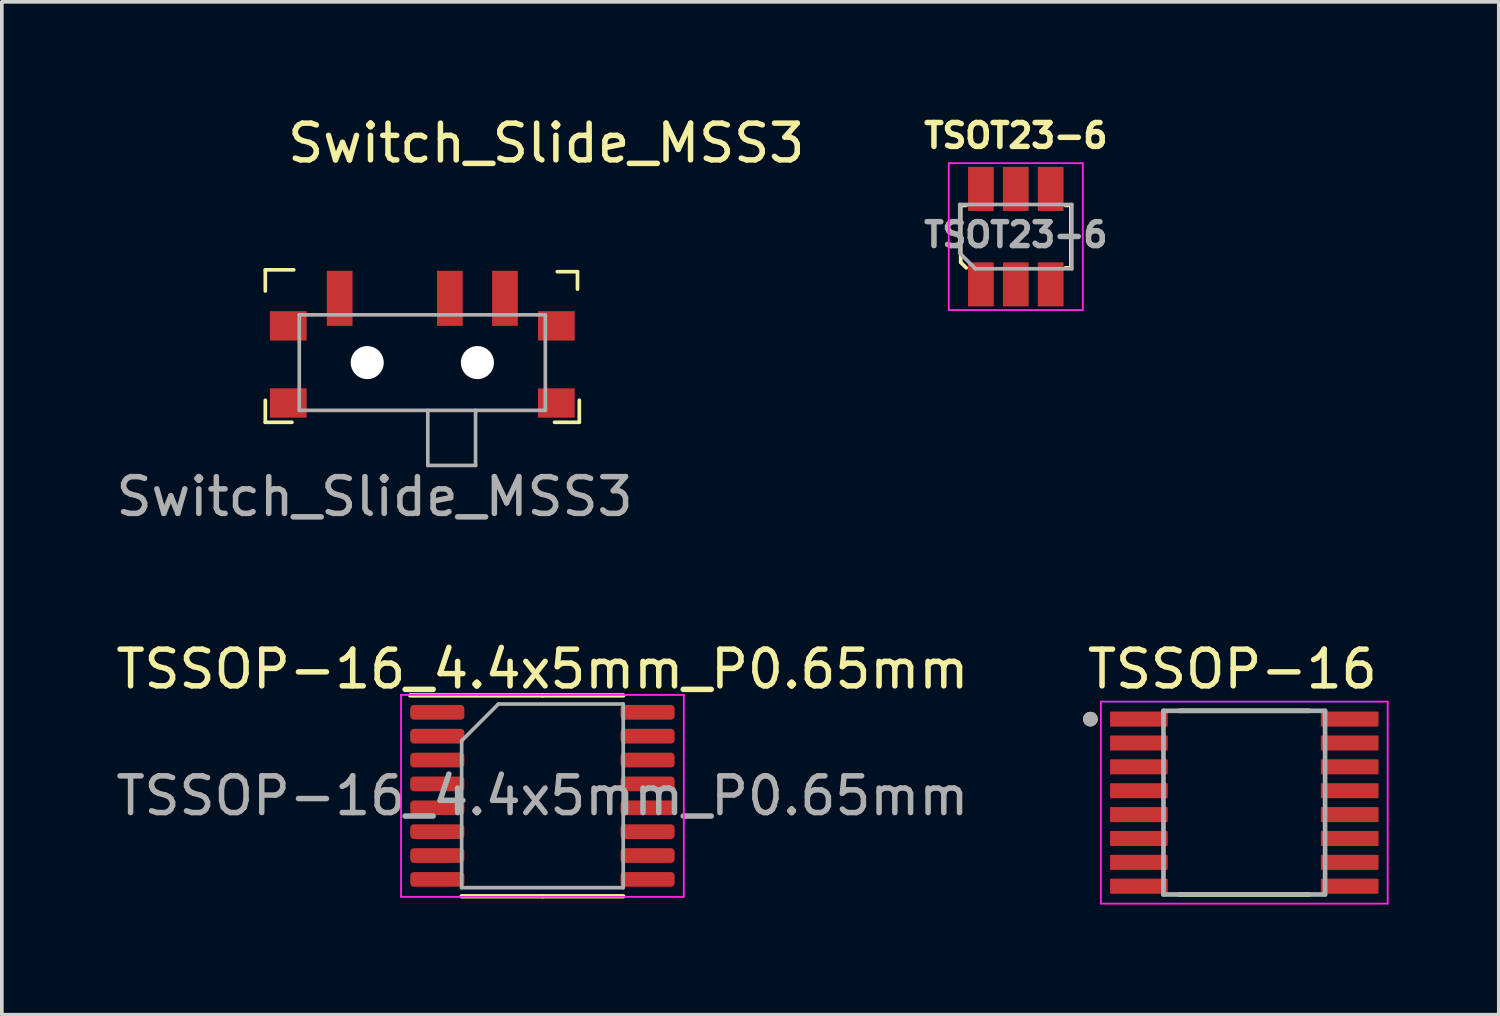
<source format=kicad_pcb>
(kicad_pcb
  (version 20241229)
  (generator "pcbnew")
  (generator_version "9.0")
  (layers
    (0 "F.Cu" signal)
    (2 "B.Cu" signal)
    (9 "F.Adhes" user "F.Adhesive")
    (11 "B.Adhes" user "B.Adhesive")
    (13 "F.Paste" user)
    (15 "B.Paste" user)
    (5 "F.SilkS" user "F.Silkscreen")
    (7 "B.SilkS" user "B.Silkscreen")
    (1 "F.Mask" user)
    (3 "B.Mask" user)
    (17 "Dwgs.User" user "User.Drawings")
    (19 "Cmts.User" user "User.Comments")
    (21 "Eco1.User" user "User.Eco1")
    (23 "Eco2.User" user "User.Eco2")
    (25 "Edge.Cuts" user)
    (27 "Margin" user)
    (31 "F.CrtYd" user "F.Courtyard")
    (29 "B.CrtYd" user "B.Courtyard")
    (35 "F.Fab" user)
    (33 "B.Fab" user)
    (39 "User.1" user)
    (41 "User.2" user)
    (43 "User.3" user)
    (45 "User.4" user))
  (footprint "TSSOP-16"
    (layer "F.Cu")
    (at 30.83 18.805)
    (property "Reference" "TSSOP-16" (at -0.325 -3.635 0) (layer "F.SilkS") (effects (font (size 1 1) (thickness 0.15))))
    (attr through_hole)
    (fp_line (start -1.765 -2.5) (end 1.765 -2.5) (stroke (width 0.127) (type solid)) (layer "F.SilkS"))
    (fp_line (start 1.765 2.5) (end -1.765 2.5) (stroke (width 0.127) (type solid)) (layer "F.SilkS"))
    (fp_circle (center -4.19 -2.275) (end -4.09 -2.275) (stroke (width 0.2) (type solid)) (fill no) (layer "F.SilkS"))
    (fp_line (start -3.905 -2.75) (end -3.905 2.75) (stroke (width 0.05) (type solid)) (layer "F.CrtYd"))
    (fp_line (start -3.905 -2.75) (end 3.905 -2.75) (stroke (width 0.05) (type solid)) (layer "F.CrtYd"))
    (fp_line (start -3.905 2.75) (end 3.905 2.75) (stroke (width 0.05) (type solid)) (layer "F.CrtYd"))
    (fp_line (start 3.905 -2.75) (end 3.905 2.75) (stroke (width 0.05) (type solid)) (layer "F.CrtYd"))
    (fp_line (start -2.2 -2.5) (end -2.2 2.5) (stroke (width 0.127) (type solid)) (layer "F.Fab"))
    (fp_line (start -2.2 -2.5) (end 2.2 -2.5) (stroke (width 0.127) (type solid)) (layer "F.Fab"))
    (fp_line (start -2.2 2.5) (end 2.2 2.5) (stroke (width 0.127) (type solid)) (layer "F.Fab"))
    (fp_line (start 2.2 -2.5) (end 2.2 2.5) (stroke (width 0.127) (type solid)) (layer "F.Fab"))
    (fp_circle (center -4.19 -2.275) (end -4.09 -2.275) (stroke (width 0.2) (type solid)) (fill no) (layer "F.Fab"))
    (pad "1" smd roundrect (at -2.87 -2.275) (size 1.57 0.41) (layers "F.Cu" "F.Mask" "F.Paste") (roundrect_rratio 0.05))
    (pad "2" smd roundrect (at -2.87 -1.625) (size 1.57 0.41) (layers "F.Cu" "F.Mask" "F.Paste") (roundrect_rratio 0.05))
    (pad "3" smd roundrect (at -2.87 -0.975) (size 1.57 0.41) (layers "F.Cu" "F.Mask" "F.Paste") (roundrect_rratio 0.05))
    (pad "4" smd roundrect (at -2.87 -0.325) (size 1.57 0.41) (layers "F.Cu" "F.Mask" "F.Paste") (roundrect_rratio 0.05))
    (pad "5" smd roundrect (at -2.87 0.325) (size 1.57 0.41) (layers "F.Cu" "F.Mask" "F.Paste") (roundrect_rratio 0.05))
    (pad "6" smd roundrect (at -2.87 0.975) (size 1.57 0.41) (layers "F.Cu" "F.Mask" "F.Paste") (roundrect_rratio 0.05))
    (pad "7" smd roundrect (at -2.87 1.625) (size 1.57 0.41) (layers "F.Cu" "F.Mask" "F.Paste") (roundrect_rratio 0.05))
    (pad "8" smd roundrect (at -2.87 2.275) (size 1.57 0.41) (layers "F.Cu" "F.Mask" "F.Paste") (roundrect_rratio 0.05))
    (pad "9" smd roundrect (at 2.87 2.275) (size 1.57 0.41) (layers "F.Cu" "F.Mask" "F.Paste") (roundrect_rratio 0.05))
    (pad "10" smd roundrect (at 2.87 1.625) (size 1.57 0.41) (layers "F.Cu" "F.Mask" "F.Paste") (roundrect_rratio 0.05))
    (pad "11" smd roundrect (at 2.87 0.975) (size 1.57 0.41) (layers "F.Cu" "F.Mask" "F.Paste") (roundrect_rratio 0.05))
    (pad "12" smd roundrect (at 2.87 0.325) (size 1.57 0.41) (layers "F.Cu" "F.Mask" "F.Paste") (roundrect_rratio 0.05))
    (pad "13" smd roundrect (at 2.87 -0.325) (size 1.57 0.41) (layers "F.Cu" "F.Mask" "F.Paste") (roundrect_rratio 0.05))
    (pad "14" smd roundrect (at 2.87 -0.975) (size 1.57 0.41) (layers "F.Cu" "F.Mask" "F.Paste") (roundrect_rratio 0.05))
    (pad "15" smd roundrect (at 2.87 -1.625) (size 1.57 0.41) (layers "F.Cu" "F.Mask" "F.Paste") (roundrect_rratio 0.05))
    (pad "16" smd roundrect (at 2.87 -2.275) (size 1.57 0.41) (layers "F.Cu" "F.Mask" "F.Paste") (roundrect_rratio 0.05)))
  (footprint "TSSOP-16_4.4x5mm_P0.65mm"
    (layer "F.Cu")
    (at 11.72 18.62)
    (property "Reference" "TSSOP-16_4.4x5mm_P0.65mm" (at 0 -3.45 0) (layer "F.SilkS") (effects (font (size 1 1) (thickness 0.15))))
    (attr smd)
    (fp_line (start 0 -2.735) (end -3.6 -2.735) (stroke (width 0.12) (type solid)) (layer "F.SilkS"))
    (fp_line (start 0 -2.735) (end 2.2 -2.735) (stroke (width 0.12) (type solid)) (layer "F.SilkS"))
    (fp_line (start 0 2.735) (end -2.2 2.735) (stroke (width 0.12) (type solid)) (layer "F.SilkS"))
    (fp_line (start 0 2.735) (end 2.2 2.735) (stroke (width 0.12) (type solid)) (layer "F.SilkS"))
    (fp_line (start -3.85 -2.75) (end -3.85 2.75) (stroke (width 0.05) (type solid)) (layer "F.CrtYd"))
    (fp_line (start -3.85 2.75) (end 3.85 2.75) (stroke (width 0.05) (type solid)) (layer "F.CrtYd"))
    (fp_line (start 3.85 -2.75) (end -3.85 -2.75) (stroke (width 0.05) (type solid)) (layer "F.CrtYd"))
    (fp_line (start 3.85 2.75) (end 3.85 -2.75) (stroke (width 0.05) (type solid)) (layer "F.CrtYd"))
    (fp_line (start -2.2 -1.5) (end -1.2 -2.5) (stroke (width 0.1) (type solid)) (layer "F.Fab"))
    (fp_line (start -2.2 2.5) (end -2.2 -1.5) (stroke (width 0.1) (type solid)) (layer "F.Fab"))
    (fp_line (start -1.2 -2.5) (end 2.2 -2.5) (stroke (width 0.1) (type solid)) (layer "F.Fab"))
    (fp_line (start 2.2 -2.5) (end 2.2 2.5) (stroke (width 0.1) (type solid)) (layer "F.Fab"))
    (fp_line (start 2.2 2.5) (end -2.2 2.5) (stroke (width 0.1) (type solid)) (layer "F.Fab"))
    (fp_text user "${REFERENCE}" (at 0 0 0) (layer "F.Fab") (effects (font (size 1 1) (thickness 0.15))))
    (pad "1" smd roundrect (at -2.862 -2.275) (size 1.475 0.4) (layers "F.Cu" "F.Mask" "F.Paste") (roundrect_rratio 0.25))
    (pad "2" smd roundrect (at -2.862 -1.625) (size 1.475 0.4) (layers "F.Cu" "F.Mask" "F.Paste") (roundrect_rratio 0.25))
    (pad "3" smd roundrect (at -2.862 -0.975) (size 1.475 0.4) (layers "F.Cu" "F.Mask" "F.Paste") (roundrect_rratio 0.25))
    (pad "4" smd roundrect (at -2.862 -0.325) (size 1.475 0.4) (layers "F.Cu" "F.Mask" "F.Paste") (roundrect_rratio 0.25))
    (pad "5" smd roundrect (at -2.862 0.325) (size 1.475 0.4) (layers "F.Cu" "F.Mask" "F.Paste") (roundrect_rratio 0.25))
    (pad "6" smd roundrect (at -2.862 0.975) (size 1.475 0.4) (layers "F.Cu" "F.Mask" "F.Paste") (roundrect_rratio 0.25))
    (pad "7" smd roundrect (at -2.862 1.625) (size 1.475 0.4) (layers "F.Cu" "F.Mask" "F.Paste") (roundrect_rratio 0.25))
    (pad "8" smd roundrect (at -2.862 2.275) (size 1.475 0.4) (layers "F.Cu" "F.Mask" "F.Paste") (roundrect_rratio 0.25))
    (pad "9" smd roundrect (at 2.862 2.275) (size 1.475 0.4) (layers "F.Cu" "F.Mask" "F.Paste") (roundrect_rratio 0.25))
    (pad "10" smd roundrect (at 2.862 1.625) (size 1.475 0.4) (layers "F.Cu" "F.Mask" "F.Paste") (roundrect_rratio 0.25))
    (pad "11" smd roundrect (at 2.862 0.975) (size 1.475 0.4) (layers "F.Cu" "F.Mask" "F.Paste") (roundrect_rratio 0.25))
    (pad "12" smd roundrect (at 2.862 0.325) (size 1.475 0.4) (layers "F.Cu" "F.Mask" "F.Paste") (roundrect_rratio 0.25))
    (pad "13" smd roundrect (at 2.862 -0.325) (size 1.475 0.4) (layers "F.Cu" "F.Mask" "F.Paste") (roundrect_rratio 0.25))
    (pad "14" smd roundrect (at 2.862 -0.975) (size 1.475 0.4) (layers "F.Cu" "F.Mask" "F.Paste") (roundrect_rratio 0.25))
    (pad "15" smd roundrect (at 2.862 -1.625) (size 1.475 0.4) (layers "F.Cu" "F.Mask" "F.Paste") (roundrect_rratio 0.25))
    (pad "16" smd roundrect (at 2.862 -2.275) (size 1.475 0.4) (layers "F.Cu" "F.Mask" "F.Paste") (roundrect_rratio 0.25)))
  (footprint "Switch_Slide_MSS3"
    (layer "F.Cu")
    (at 8.449 6.823)
    (property "Reference" "Switch_Slide_MSS3" (at 3.375 -5.975 0) (layer "F.SilkS") (effects (font (size 1 1) (thickness 0.15))))
    (attr smd)
    (fp_line (start -4.275 -2.525) (end -4.275 -1.95) (stroke (width 0.1) (type solid)) (layer "F.SilkS"))
    (fp_line (start -4.275 1.025) (end -4.275 1.625) (stroke (width 0.1) (type solid)) (layer "F.SilkS"))
    (fp_line (start -4.275 1.625) (end -3.55 1.625) (stroke (width 0.1) (type solid)) (layer "F.SilkS"))
    (fp_line (start -3.5 -2.525) (end -4.275 -2.525) (stroke (width 0.1) (type solid)) (layer "F.SilkS"))
    (fp_line (start 3.675 -2.475) (end 4.225 -2.475) (stroke (width 0.1) (type solid)) (layer "F.SilkS"))
    (fp_line (start 4.225 -2.475) (end 4.225 -2) (stroke (width 0.1) (type solid)) (layer "F.SilkS"))
    (fp_line (start 4.275 1.025) (end 4.275 1.625) (stroke (width 0.1) (type solid)) (layer "F.SilkS"))
    (fp_line (start 4.275 1.625) (end 3.6 1.625) (stroke (width 0.1) (type solid)) (layer "F.SilkS"))
    (fp_line (start -3.35 -1.3) (end -3.35 1.3) (stroke (width 0.1) (type solid)) (layer "F.Fab"))
    (fp_line (start -3.35 -1.3) (end 3.35 -1.3) (stroke (width 0.1) (type solid)) (layer "F.Fab"))
    (fp_line (start -3.35 1.3) (end 3.35 1.3) (stroke (width 0.1) (type solid)) (layer "F.Fab"))
    (fp_line (start 0.15 1.3) (end 0.15 2.8) (stroke (width 0.1) (type solid)) (layer "F.Fab"))
    (fp_line (start 0.15 2.8) (end 1.45 2.8) (stroke (width 0.1) (type solid)) (layer "F.Fab"))
    (fp_line (start 1.45 1.3) (end 1.45 2.8) (stroke (width 0.1) (type solid)) (layer "F.Fab"))
    (fp_line (start 3.35 -1.3) (end 3.35 1.3) (stroke (width 0.1) (type solid)) (layer "F.Fab"))
    (fp_text user "${REFERENCE}" (at -1.3 3.65 0) (layer "F.Fab") (effects (font (size 1 1) (thickness 0.15))))
    (pad "" np_thru_hole circle (at -1.5 0) (size 0.9 0.9) (drill 0.9) (layers "*.Cu" "*.Mask"))
    (pad "" np_thru_hole circle (at 1.5 0) (size 0.9 0.9) (drill 0.9) (layers "*.Cu" "*.Mask"))
    (pad "0" smd rect (at -3.65 -1) (size 1 0.8) (layers "F.Cu" "F.Mask" "F.Paste"))
    (pad "0" smd rect (at -3.65 1.1) (size 1 0.8) (layers "F.Cu" "F.Mask" "F.Paste"))
    (pad "0" smd rect (at 3.65 -1) (size 1 0.8) (layers "F.Cu" "F.Mask" "F.Paste"))
    (pad "0" smd rect (at 3.65 1.1) (size 1 0.8) (layers "F.Cu" "F.Mask" "F.Paste"))
    (pad "1" smd rect (at -2.25 -1.75) (size 0.7 1.5) (layers "F.Cu" "F.Mask" "F.Paste"))
    (pad "2" smd rect (at 0.75 -1.75) (size 0.7 1.5) (layers "F.Cu" "F.Mask" "F.Paste"))
    (pad "3" smd rect (at 2.25 -1.75) (size 0.7 1.5) (layers "F.Cu" "F.Mask" "F.Paste")))
  (footprint "TSOT23-6"
    (layer "F.Cu")
    (at 24.609 3.393)
    (property "Reference" "TSOT23-6" (at 0 -2.75 0) (layer "F.SilkS") (effects (font (size 0.65 0.65) (thickness 0.15))))
    (attr smd)
    (fp_line (start -1.5 -0.85) (end -1.5 0.7) (stroke (width 0.1) (type solid)) (layer "F.SilkS"))
    (fp_line (start -1.5 -0.85) (end -1.35 -0.85) (stroke (width 0.1) (type solid)) (layer "F.SilkS"))
    (fp_line (start -1.5 0.7) (end -1.35 0.85) (stroke (width 0.1) (type solid)) (layer "F.SilkS"))
    (fp_line (start 1.5 -0.85) (end 1.35 -0.85) (stroke (width 0.1) (type solid)) (layer "F.SilkS"))
    (fp_line (start 1.5 -0.85) (end 1.5 0.85) (stroke (width 0.1) (type solid)) (layer "F.SilkS"))
    (fp_line (start 1.5 0.85) (end 1.35 0.85) (stroke (width 0.1) (type solid)) (layer "F.SilkS"))
    (fp_line (start -1.825 -2) (end -1.825 2) (stroke (width 0.05) (type solid)) (layer "F.CrtYd"))
    (fp_line (start -1.825 2) (end 1.825 2) (stroke (width 0.05) (type solid)) (layer "F.CrtYd"))
    (fp_line (start 1.825 -2) (end -1.825 -2) (stroke (width 0.05) (type solid)) (layer "F.CrtYd"))
    (fp_line (start 1.825 -2) (end 1.825 2) (stroke (width 0.05) (type solid)) (layer "F.CrtYd"))
    (fp_line (start -1.525 -0.875) (end 1.525 -0.875) (stroke (width 0.1) (type solid)) (layer "F.Fab"))
    (fp_line (start -1.525 0.45) (end -1.525 -0.875) (stroke (width 0.1) (type solid)) (layer "F.Fab"))
    (fp_line (start -1.525 0.45) (end -1.1 0.875) (stroke (width 0.1) (type solid)) (layer "F.Fab"))
    (fp_line (start -1.1 0.875) (end 1.525 0.875) (stroke (width 0.1) (type solid)) (layer "F.Fab"))
    (fp_line (start 1.525 -0.875) (end 1.525 0.875) (stroke (width 0.1) (type solid)) (layer "F.Fab"))
    (fp_text user "${REFERENCE}" (at 0 -0.05 0) (layer "F.Fab") (effects (font (size 0.65 0.65) (thickness 0.15))))
    (pad "1" smd rect (at -0.95 1.3) (size 0.7 1.2) (layers "F.Cu" "F.Mask" "F.Paste"))
    (pad "2" smd rect (at 0 1.3) (size 0.7 1.2) (layers "F.Cu" "F.Mask" "F.Paste"))
    (pad "3" smd rect (at 0.95 1.3) (size 0.7 1.2) (layers "F.Cu" "F.Mask" "F.Paste"))
    (pad "4" smd rect (at 0.95 -1.3) (size 0.7 1.2) (layers "F.Cu" "F.Mask" "F.Paste"))
    (pad "5" smd rect (at 0 -1.3) (size 0.7 1.2) (layers "F.Cu" "F.Mask" "F.Paste"))
    (pad "6" smd rect (at -0.95 -1.3) (size 0.7 1.2) (layers "F.Cu" "F.Mask" "F.Paste")))
  (gr_rect
    (start -3 -3)
    (end 37.76 24.58)
    (stroke (width 0.1) (type default))
    (fill no)
    (layer "Edge.Cuts")))
</source>
